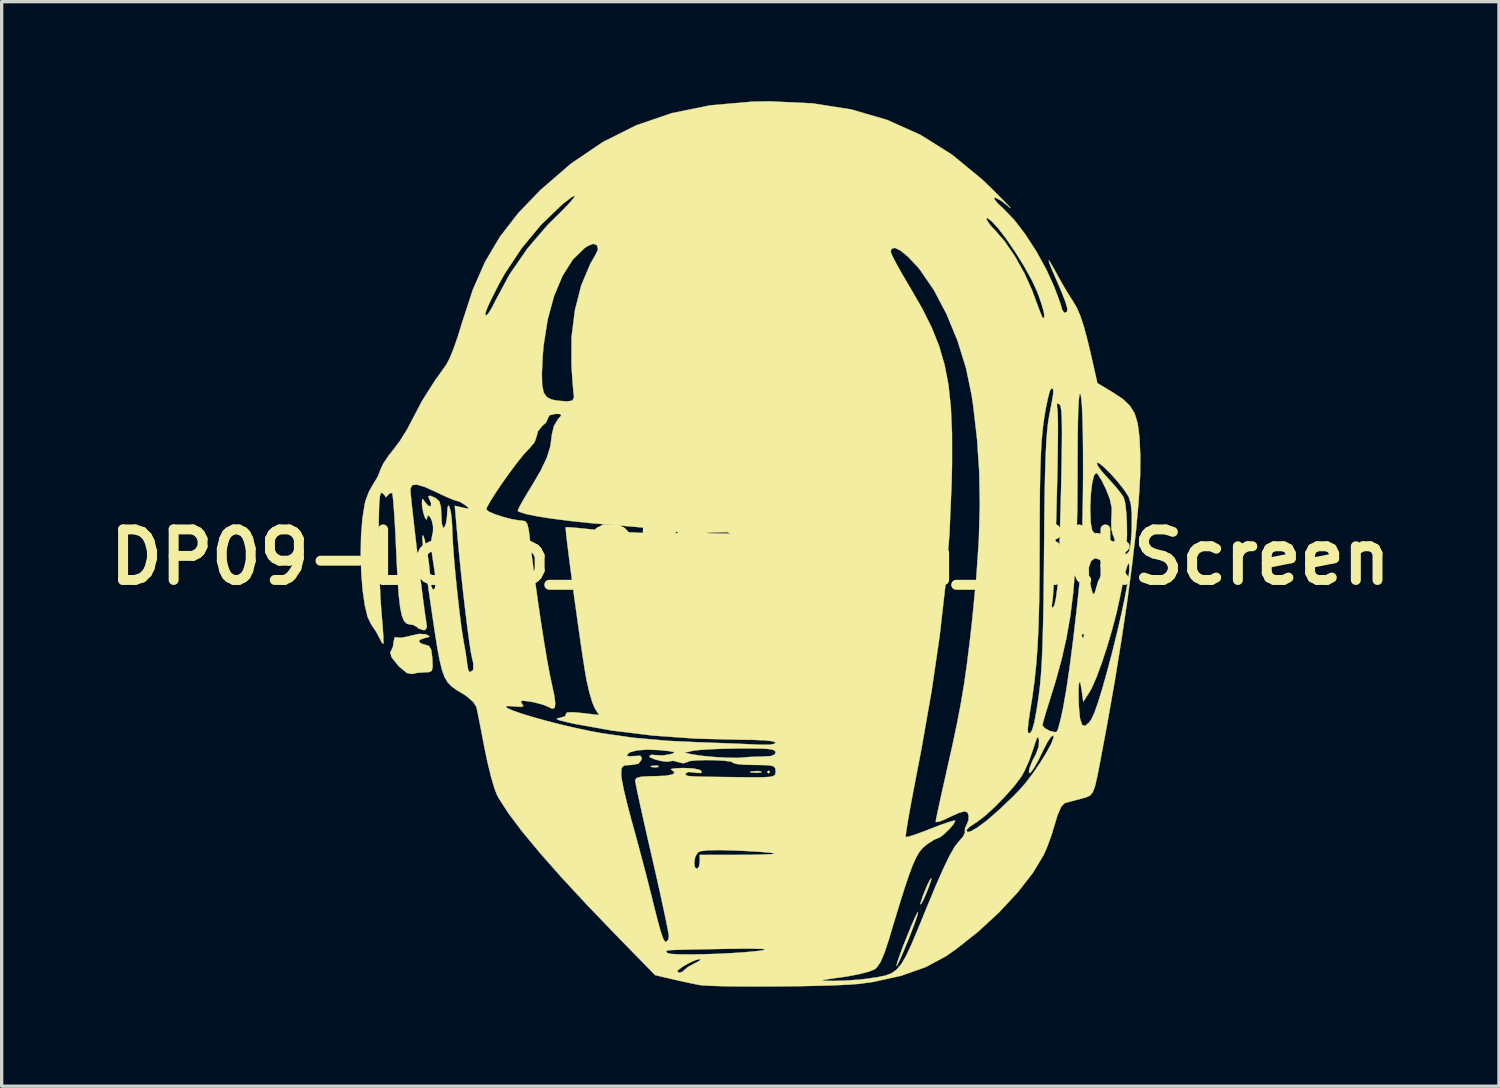
<source format=kicad_pcb>
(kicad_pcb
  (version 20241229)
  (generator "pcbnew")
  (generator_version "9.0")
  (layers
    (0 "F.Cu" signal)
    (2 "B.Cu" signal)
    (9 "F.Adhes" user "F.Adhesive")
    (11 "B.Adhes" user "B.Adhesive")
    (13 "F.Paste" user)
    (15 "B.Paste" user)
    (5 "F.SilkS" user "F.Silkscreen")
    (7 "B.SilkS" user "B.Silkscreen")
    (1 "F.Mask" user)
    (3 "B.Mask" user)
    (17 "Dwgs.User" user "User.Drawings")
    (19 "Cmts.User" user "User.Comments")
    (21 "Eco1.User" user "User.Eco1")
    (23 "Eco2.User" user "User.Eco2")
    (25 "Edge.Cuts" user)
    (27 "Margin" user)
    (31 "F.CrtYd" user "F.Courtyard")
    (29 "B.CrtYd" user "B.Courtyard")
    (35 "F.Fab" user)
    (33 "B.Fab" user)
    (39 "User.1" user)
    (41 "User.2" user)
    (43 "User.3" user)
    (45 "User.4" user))
  (footprint "DP09-Logo_25x30mm_SilkScreen"
    (layer "F.Cu")
    (at 19.565 13.742)
    (property "Reference" "DP09-Logo_25x30mm_SilkScreen" (at 0 0 0) (layer "F.SilkS") (effects (font (size 1.524 1.524) (thickness 0.3))))
    (attr through_hole)
    (fp_poly (pts (xy 0.593 6.477) (xy 0.55 6.519) (xy 0.508 6.477) (xy 0.55 6.435) (xy 0.593 6.477)) (stroke (width 0.01) (type solid)) (fill yes) (layer "F.SilkS"))
    (fp_poly (pts (xy -2.773 6.294) (xy -2.762 6.325) (xy -2.879 6.337) (xy -2.999 6.323) (xy -2.985 6.294) (xy -2.811 6.283) (xy -2.773 6.294)) (stroke (width 0.01) (type solid)) (fill yes) (layer "F.SilkS"))
    (fp_poly (pts (xy 0.318 6.461) (xy 0.344 6.486) (xy 0.227 6.499) (xy 0.169 6.5) (xy 0.015 6.491) (xy -0.003 6.469) (xy 0.021 6.461) (xy 0.236 6.448) (xy 0.318 6.461)) (stroke (width 0.01) (type solid)) (fill yes) (layer "F.SilkS"))
    (fp_poly (pts (xy 5.449 9.736) (xy 5.378 9.949) (xy 5.269 10.216) (xy 5.237 10.287) (xy 5.157 10.442) (xy 5.125 10.467) (xy 5.135 10.414) (xy 5.206 10.202) (xy 5.314 9.935) (xy 5.346 9.864) (xy 5.426 9.708) (xy 5.458 9.683) (xy 5.449 9.736)) (stroke (width 0.01) (type solid)) (fill yes) (layer "F.SilkS"))
    (fp_poly (pts (xy 5.039 10.786) (xy 4.969 10.995) (xy 4.857 11.293) (xy 4.749 11.568) (xy 4.612 11.899) (xy 4.501 12.152) (xy 4.428 12.299) (xy 4.407 12.321) (xy 4.433 12.21) (xy 4.507 11.994) (xy 4.611 11.714) (xy 4.732 11.409) (xy 4.852 11.116) (xy 4.957 10.876) (xy 5.031 10.728) (xy 5.055 10.7) (xy 5.039 10.786)) (stroke (width 0.01) (type solid)) (fill yes) (layer "F.SilkS"))
    (fp_poly (pts (xy -9.777 2.327) (xy -9.764 2.332) (xy -9.666 2.387) (xy -9.721 2.419) (xy -9.8 2.434) (xy -9.949 2.487) (xy -9.991 2.54) (xy -9.919 2.607) (xy -9.8 2.64) (xy -9.681 2.682) (xy -9.618 2.793) (xy -9.587 3.021) (xy -9.584 3.069) (xy -9.574 3.311) (xy -9.602 3.429) (xy -9.692 3.468) (xy -9.81 3.471) (xy -10.04 3.488) (xy -10.196 3.523) (xy -10.351 3.493) (xy -10.572 3.311) (xy -10.627 3.252) (xy -10.812 3.018) (xy -10.854 2.872) (xy -10.838 2.845) (xy -10.77 2.699) (xy -10.753 2.56) (xy -10.722 2.422) (xy -10.659 2.419) (xy -10.525 2.431) (xy -10.307 2.39) (xy -10.242 2.37) (xy -9.978 2.314) (xy -9.777 2.327)) (stroke (width 0.01) (type solid)) (fill yes) (layer "F.SilkS"))
    (fp_poly (pts (xy 1.869 -13.677) (xy 3.04 -13.494) (xy 4.121 -13.179) (xy 5.128 -12.728) (xy 6.076 -12.133) (xy 6.981 -11.389) (xy 7.317 -11.066) (xy 7.575 -10.805) (xy 7.754 -10.621) (xy 7.841 -10.525) (xy 7.824 -10.532) (xy 7.79 -10.562) (xy 7.587 -10.725) (xy 7.416 -10.823) (xy 7.362 -10.837) (xy 7.355 -10.788) (xy 7.458 -10.662) (xy 7.632 -10.499) (xy 7.948 -10.173) (xy 8.288 -9.73) (xy 8.623 -9.214) (xy 8.924 -8.667) (xy 9.146 -8.179) (xy 9.264 -7.872) (xy 9.353 -7.622) (xy 9.396 -7.474) (xy 9.398 -7.458) (xy 9.458 -7.37) (xy 9.483 -7.366) (xy 9.547 -7.395) (xy 9.555 -7.497) (xy 9.499 -7.693) (xy 9.377 -8.006) (xy 9.27 -8.254) (xy 9.106 -8.637) (xy 9.013 -8.868) (xy 8.993 -8.949) (xy 9.044 -8.881) (xy 9.167 -8.665) (xy 9.253 -8.507) (xy 9.425 -8.201) (xy 9.594 -7.918) (xy 9.705 -7.745) (xy 9.834 -7.532) (xy 9.95 -7.267) (xy 10.063 -6.919) (xy 10.184 -6.457) (xy 10.284 -6.03) (xy 10.461 -5.245) (xy 10.922 -4.968) (xy 11.221 -4.771) (xy 11.436 -4.57) (xy 11.583 -4.335) (xy 11.676 -4.031) (xy 11.728 -3.626) (xy 11.754 -3.087) (xy 11.756 -3.046) (xy 11.75 -2.442) (xy 11.706 -1.69) (xy 11.626 -0.805) (xy 11.511 0.197) (xy 11.365 1.3) (xy 11.188 2.488) (xy 10.984 3.745) (xy 10.753 5.055) (xy 10.534 6.223) (xy 10.453 6.634) (xy 10.389 6.911) (xy 10.325 7.083) (xy 10.245 7.182) (xy 10.132 7.238) (xy 9.969 7.283) (xy 9.964 7.284) (xy 9.711 7.351) (xy 9.511 7.405) (xy 9.474 7.415) (xy 9.371 7.523) (xy 9.261 7.777) (xy 9.186 8.024) (xy 9.076 8.387) (xy 8.944 8.747) (xy 8.844 8.976) (xy 8.515 9.521) (xy 8.059 10.105) (xy 7.507 10.699) (xy 6.885 11.275) (xy 6.223 11.801) (xy 5.898 12.029) (xy 5.286 12.357) (xy 4.545 12.619) (xy 3.706 12.804) (xy 3.279 12.863) (xy 2.99 12.885) (xy 2.578 12.905) (xy 2.073 12.92) (xy 1.508 12.932) (xy 0.911 12.939) (xy 0.316 12.942) (xy -0.248 12.941) (xy -0.75 12.935) (xy -1.159 12.923) (xy -1.443 12.907) (xy -1.524 12.898) (xy -1.715 12.861) (xy -2.005 12.799) (xy -2.181 12.759) (xy 2.161 12.759) (xy 2.245 12.769) (xy 2.453 12.773) (xy 2.498 12.774) (xy 2.882 12.764) (xy 3.309 12.732) (xy 3.537 12.704) (xy 3.834 12.661) (xy 4.068 12.614) (xy 4.256 12.544) (xy 4.413 12.433) (xy 4.557 12.26) (xy 4.702 12.007) (xy 4.865 11.655) (xy 5.063 11.184) (xy 5.295 10.616) (xy 5.58 9.929) (xy 5.817 9.391) (xy 6.009 8.994) (xy 6.161 8.728) (xy 6.269 8.59) (xy 6.412 8.426) (xy 6.471 8.302) (xy 6.467 8.281) (xy 6.469 8.231) (xy 6.519 8.231) (xy 6.547 8.291) (xy 6.652 8.262) (xy 6.84 8.154) (xy 7.126 7.944) (xy 7.492 7.625) (xy 7.916 7.219) (xy 8.105 7.027) (xy 8.309 6.793) (xy 8.528 6.504) (xy 8.74 6.193) (xy 8.926 5.893) (xy 9.066 5.633) (xy 9.14 5.448) (xy 9.135 5.371) (xy 9.064 5.417) (xy 8.951 5.585) (xy 8.82 5.839) (xy 8.805 5.872) (xy 8.664 6.159) (xy 8.539 6.373) (xy 8.445 6.495) (xy 8.397 6.508) (xy 8.409 6.393) (xy 8.424 6.339) (xy 8.519 6.106) (xy 8.608 5.943) (xy 8.693 5.707) (xy 8.703 5.52) (xy 8.679 5.424) (xy 8.64 5.455) (xy 8.576 5.626) (xy 8.522 5.8) (xy 8.405 6.132) (xy 8.264 6.448) (xy 8.173 6.61) (xy 7.962 6.892) (xy 7.679 7.213) (xy 7.367 7.532) (xy 7.067 7.805) (xy 6.821 7.991) (xy 6.795 8.007) (xy 6.616 8.125) (xy 6.523 8.218) (xy 6.519 8.231) (xy 6.469 8.231) (xy 6.472 8.159) (xy 6.508 8.099) (xy 6.574 7.933) (xy 6.582 7.807) (xy 6.55 7.696) (xy 6.461 7.663) (xy 6.285 7.709) (xy 5.999 7.84) (xy 5.905 7.887) (xy 5.712 7.968) (xy 5.6 7.986) (xy 5.588 7.972) (xy 5.606 7.868) (xy 5.656 7.628) (xy 5.732 7.279) (xy 5.828 6.848) (xy 5.923 6.425) (xy 6.098 5.644) (xy 6.197 5.173) (xy 8.364 5.173) (xy 8.368 5.29) (xy 8.371 5.294) (xy 8.435 5.309) (xy 8.497 5.209) (xy 8.537 5.068) (xy 8.805 5.068) (xy 8.874 5.156) (xy 9.026 5.238) (xy 9.18 5.277) (xy 9.242 5.261) (xy 9.283 5.158) (xy 9.344 4.931) (xy 9.412 4.625) (xy 9.431 4.53) (xy 9.511 4.074) (xy 9.892 4.074) (xy 9.898 4.391) (xy 9.902 4.487) (xy 9.936 4.851) (xy 9.998 5.051) (xy 10.091 5.091) (xy 10.22 4.976) (xy 10.28 4.889) (xy 10.37 4.696) (xy 10.486 4.367) (xy 10.619 3.933) (xy 10.762 3.422) (xy 10.909 2.867) (xy 11.05 2.296) (xy 11.179 1.74) (xy 11.288 1.229) (xy 11.37 0.794) (xy 11.417 0.465) (xy 11.424 0.313) (xy 11.415 0.184) (xy 11.383 0.218) (xy 11.351 0.296) (xy 11.304 0.455) (xy 11.24 0.73) (xy 11.169 1.07) (xy 11.147 1.185) (xy 11.046 1.649) (xy 10.912 2.163) (xy 10.758 2.688) (xy 10.595 3.185) (xy 10.437 3.615) (xy 10.295 3.941) (xy 10.227 4.064) (xy 10.036 4.36) (xy 9.984 3.979) (xy 9.949 3.792) (xy 9.92 3.757) (xy 9.9 3.856) (xy 9.892 4.074) (xy 9.511 4.074) (xy 9.528 3.98) (xy 9.631 3.275) (xy 9.739 2.431) (xy 9.746 2.371) (xy 9.991 2.371) (xy 10.022 2.44) (xy 10.047 2.427) (xy 10.057 2.327) (xy 10.047 2.314) (xy 9.997 2.326) (xy 9.991 2.371) (xy 9.746 2.371) (xy 9.851 1.46) (xy 9.924 0.762) (xy 9.954 0.388) (xy 9.959 0.312) (xy 10.204 0.312) (xy 10.207 0.576) (xy 10.209 0.589) (xy 10.271 0.92) (xy 10.321 1.092) (xy 10.364 1.116) (xy 10.408 0.999) (xy 10.42 0.945) (xy 10.488 0.723) (xy 10.57 0.572) (xy 10.574 0.568) (xy 10.663 0.376) (xy 10.611 0.168) (xy 10.532 0.077) (xy 10.387 0.03) (xy 10.271 0.119) (xy 10.204 0.312) (xy 9.959 0.312) (xy 9.98 -0.087) (xy 10 -0.638) (xy 10.015 -1.239) (xy 10.018 -1.425) (xy 10.246 -1.425) (xy 10.261 -1.03) (xy 10.309 -0.792) (xy 10.387 -0.713) (xy 10.424 -0.726) (xy 10.535 -0.711) (xy 10.705 -0.611) (xy 10.724 -0.597) (xy 10.909 -0.475) (xy 10.989 -0.479) (xy 10.958 -0.607) (xy 10.93 -0.663) (xy 10.883 -0.852) (xy 10.879 -1.116) (xy 10.887 -1.2) (xy 10.896 -1.479) (xy 10.834 -1.762) (xy 10.718 -2.053) (xy 10.594 -2.306) (xy 10.487 -2.482) (xy 10.426 -2.54) (xy 10.361 -2.461) (xy 10.306 -2.244) (xy 10.266 -1.923) (xy 10.247 -1.53) (xy 10.246 -1.425) (xy 10.018 -1.425) (xy 10.026 -1.867) (xy 10.031 -2.497) (xy 10.03 -2.851) (xy 10.442 -2.851) (xy 10.466 -2.764) (xy 10.584 -2.597) (xy 10.769 -2.39) (xy 10.988 -2.15) (xy 11.166 -1.93) (xy 11.255 -1.798) (xy 11.299 -1.628) (xy 11.332 -1.349) (xy 11.35 -1.014) (xy 11.354 -0.674) (xy 11.341 -0.382) (xy 11.31 -0.19) (xy 11.296 -0.159) (xy 11.297 -0.094) (xy 11.355 -0.102) (xy 11.419 -0.178) (xy 11.463 -0.371) (xy 11.49 -0.702) (xy 11.497 -0.873) (xy 11.499 -1.305) (xy 11.47 -1.607) (xy 11.405 -1.815) (xy 11.392 -1.839) (xy 11.259 -2.041) (xy 11.075 -2.273) (xy 10.87 -2.504) (xy 10.675 -2.699) (xy 10.522 -2.825) (xy 10.442 -2.851) (xy 10.03 -2.851) (xy 10.03 -3.103) (xy 10.025 -3.662) (xy 10.013 -4.149) (xy 9.997 -4.539) (xy 9.974 -4.807) (xy 9.948 -4.926) (xy 9.921 -4.898) (xy 9.899 -4.713) (xy 9.882 -4.368) (xy 9.871 -3.859) (xy 9.865 -3.186) (xy 9.864 -2.598) (xy 9.857 -1.485) (xy 9.834 -0.516) (xy 9.793 0.336) (xy 9.73 1.097) (xy 9.643 1.793) (xy 9.527 2.449) (xy 9.381 3.092) (xy 9.2 3.748) (xy 9.056 4.213) (xy 8.949 4.556) (xy 8.864 4.839) (xy 8.814 5.022) (xy 8.805 5.068) (xy 8.537 5.068) (xy 8.561 4.98) (xy 8.63 4.608) (xy 8.688 4.231) (xy 8.727 3.92) (xy 8.76 3.563) (xy 8.787 3.142) (xy 8.808 2.638) (xy 8.825 2.032) (xy 8.835 1.497) (xy 9.086 1.497) (xy 9.123 1.524) (xy 9.167 1.446) (xy 9.213 1.24) (xy 9.252 0.946) (xy 9.259 0.868) (xy 9.276 0.607) (xy 9.295 0.206) (xy 9.315 -0.303) (xy 9.335 -0.892) (xy 9.354 -1.531) (xy 9.37 -2.167) (xy 9.385 -2.89) (xy 9.393 -3.461) (xy 9.394 -3.896) (xy 9.388 -4.212) (xy 9.373 -4.425) (xy 9.35 -4.553) (xy 9.318 -4.611) (xy 9.314 -4.614) (xy 9.242 -4.627) (xy 9.247 -4.511) (xy 9.256 -4.474) (xy 9.267 -4.336) (xy 9.272 -4.057) (xy 9.272 -3.659) (xy 9.266 -3.169) (xy 9.257 -2.61) (xy 9.243 -2.009) (xy 9.227 -1.389) (xy 9.209 -0.775) (xy 9.189 -0.193) (xy 9.169 0.333) (xy 9.148 0.778) (xy 9.127 1.117) (xy 9.108 1.326) (xy 9.098 1.376) (xy 9.086 1.497) (xy 8.835 1.497) (xy 8.839 1.307) (xy 8.849 0.442) (xy 8.854 -0.169) (xy 8.862 -1.098) (xy 8.872 -1.875) (xy 8.885 -2.516) (xy 8.902 -3.038) (xy 8.922 -3.459) (xy 8.947 -3.795) (xy 8.977 -4.064) (xy 9.012 -4.276) (xy 9.083 -4.645) (xy 9.124 -4.88) (xy 9.136 -5.01) (xy 9.123 -5.066) (xy 9.085 -5.08) (xy 9.07 -5.08) (xy 9.027 -5.002) (xy 8.97 -4.791) (xy 8.907 -4.481) (xy 8.858 -4.196) (xy 8.817 -3.889) (xy 8.784 -3.541) (xy 8.759 -3.131) (xy 8.741 -2.638) (xy 8.729 -2.04) (xy 8.723 -1.316) (xy 8.721 -0.468) (xy 8.718 0.508) (xy 8.707 1.339) (xy 8.688 2.054) (xy 8.659 2.676) (xy 8.618 3.233) (xy 8.564 3.75) (xy 8.495 4.252) (xy 8.433 4.637) (xy 8.388 4.94) (xy 8.364 5.173) (xy 6.197 5.173) (xy 6.238 4.978) (xy 6.352 4.378) (xy 6.449 3.795) (xy 6.536 3.181) (xy 6.621 2.486) (xy 6.685 1.919) (xy 6.81 0.64) (xy 6.888 -0.512) (xy 6.918 -1.571) (xy 6.9 -2.573) (xy 6.835 -3.553) (xy 6.721 -4.544) (xy 6.674 -4.868) (xy 6.504 -5.691) (xy 6.245 -6.525) (xy 5.915 -7.326) (xy 5.533 -8.051) (xy 5.116 -8.658) (xy 5.047 -8.742) (xy 4.767 -9.042) (xy 4.53 -9.239) (xy 4.353 -9.324) (xy 4.252 -9.287) (xy 4.233 -9.201) (xy 4.275 -9.091) (xy 4.39 -8.866) (xy 4.562 -8.558) (xy 4.774 -8.196) (xy 4.835 -8.094) (xy 5.186 -7.485) (xy 5.469 -6.917) (xy 5.691 -6.363) (xy 5.857 -5.794) (xy 5.974 -5.184) (xy 6.046 -4.504) (xy 6.08 -3.727) (xy 6.081 -2.827) (xy 6.069 -2.244) (xy 6.004 -0.724) (xy 5.886 0.802) (xy 5.709 2.366) (xy 5.47 4.003) (xy 5.165 5.747) (xy 5.027 6.465) (xy 4.921 7.014) (xy 4.829 7.506) (xy 4.756 7.918) (xy 4.706 8.224) (xy 4.683 8.402) (xy 4.684 8.438) (xy 4.774 8.425) (xy 4.983 8.358) (xy 5.275 8.251) (xy 5.451 8.181) (xy 5.767 8.06) (xy 6.014 7.976) (xy 6.158 7.94) (xy 6.181 7.945) (xy 6.123 8.053) (xy 5.987 8.211) (xy 5.826 8.364) (xy 5.694 8.458) (xy 5.664 8.467) (xy 5.547 8.514) (xy 5.36 8.634) (xy 5.287 8.687) (xy 5.185 8.778) (xy 5.089 8.897) (xy 4.994 9.063) (xy 4.891 9.293) (xy 4.774 9.607) (xy 4.636 10.023) (xy 4.468 10.558) (xy 4.264 11.232) (xy 4.184 11.502) (xy 4.046 11.925) (xy 3.924 12.208) (xy 3.805 12.378) (xy 3.748 12.425) (xy 3.576 12.494) (xy 3.286 12.569) (xy 2.93 12.637) (xy 2.768 12.661) (xy 2.412 12.71) (xy 2.214 12.741) (xy 2.161 12.759) (xy -2.181 12.759) (xy -2.302 12.732) (xy -2.868 12.6) (xy -2.978 12.487) (xy -2.201 12.487) (xy -2.147 12.531) (xy -2.041 12.496) (xy -1.988 12.444) (xy -1.879 12.353) (xy -1.685 12.248) (xy -1.666 12.239) (xy -1.523 12.162) (xy -1.505 12.118) (xy -1.524 12.115) (xy -1.659 12.149) (xy -1.853 12.238) (xy -2.046 12.349) (xy -2.177 12.448) (xy -2.201 12.487) (xy -2.978 12.487) (xy -3.564 11.888) (xy -2.534 11.888) (xy -2.515 11.914) (xy -2.501 11.933) (xy -2.402 11.959) (xy -2.169 11.973) (xy -1.833 11.977) (xy -1.428 11.971) (xy -0.988 11.957) (xy -0.546 11.935) (xy -0.136 11.907) (xy 0.209 11.874) (xy 0.381 11.85) (xy 0.46 11.826) (xy 0.374 11.81) (xy 0.126 11.802) (xy -0.278 11.802) (xy -0.834 11.809) (xy -0.847 11.81) (xy -1.429 11.82) (xy -1.863 11.829) (xy -2.169 11.836) (xy -2.368 11.844) (xy -2.481 11.854) (xy -2.53 11.868) (xy -2.534 11.888) (xy -3.564 11.888) (xy -4.039 11.401) (xy -4.92 10.485) (xy -5.689 9.655) (xy -6.342 8.915) (xy -6.877 8.27) (xy -7.289 7.723) (xy -7.575 7.279) (xy -7.635 7.168) (xy -7.716 6.957) (xy -7.813 6.624) (xy -7.833 6.54) (xy -3.894 6.54) (xy -3.872 6.72) (xy -3.81 7.025) (xy -3.717 7.416) (xy -3.603 7.855) (xy -3.562 8.001) (xy -3.418 8.525) (xy -3.268 9.086) (xy -3.128 9.619) (xy -3.017 10.058) (xy -3.012 10.075) (xy -2.878 10.617) (xy -2.776 11.015) (xy -2.699 11.29) (xy -2.641 11.465) (xy -2.595 11.56) (xy -2.555 11.596) (xy -2.537 11.599) (xy -2.471 11.528) (xy -2.455 11.423) (xy -2.474 11.295) (xy -2.526 11.027) (xy -2.607 10.641) (xy -2.711 10.161) (xy -2.834 9.611) (xy -2.927 9.203) (xy -1.691 9.203) (xy -1.671 9.349) (xy -1.609 9.398) (xy -1.545 9.326) (xy -1.524 9.186) (xy -1.524 8.975) (xy -0.367 8.975) (xy 0.049 8.972) (xy 0.393 8.964) (xy 0.635 8.953) (xy 0.746 8.939) (xy 0.749 8.934) (xy 0.654 8.915) (xy 0.423 8.893) (xy 0.089 8.87) (xy -0.315 8.849) (xy -0.375 8.847) (xy -0.9 8.831) (xy -1.269 8.837) (xy -1.495 8.864) (xy -1.576 8.898) (xy -1.658 9.03) (xy -1.691 9.203) (xy -2.927 9.203) (xy -2.963 9.045) (xy -3.099 8.455) (xy -3.22 7.915) (xy -3.324 7.449) (xy -3.403 7.08) (xy -3.454 6.83) (xy -3.471 6.724) (xy -3.43 6.658) (xy -3.289 6.62) (xy -3.018 6.605) (xy -2.879 6.604) (xy -2.548 6.59) (xy -2.343 6.55) (xy -2.276 6.491) (xy -2.362 6.419) (xy -2.392 6.406) (xy -2.374 6.382) (xy -2.222 6.364) (xy -2.016 6.357) (xy -1.725 6.369) (xy -1.528 6.411) (xy -1.473 6.448) (xy -1.479 6.508) (xy -1.623 6.503) (xy -1.68 6.492) (xy -1.868 6.477) (xy -1.947 6.518) (xy -1.947 6.521) (xy -1.947 6.554) (xy -1.929 6.579) (xy -1.871 6.596) (xy -1.75 6.608) (xy -1.542 6.616) (xy -1.224 6.622) (xy -0.774 6.628) (xy -0.445 6.632) (xy 0.029 6.637) (xy 0.358 6.636) (xy 0.571 6.625) (xy 0.691 6.601) (xy 0.746 6.559) (xy 0.761 6.496) (xy 0.762 6.456) (xy 0.751 6.359) (xy 0.695 6.302) (xy 0.558 6.274) (xy 0.305 6.266) (xy 0.127 6.265) (xy -0.177 6.258) (xy -0.401 6.237) (xy -0.505 6.208) (xy -0.508 6.202) (xy -0.585 6.165) (xy -0.782 6.138) (xy -1.053 6.122) (xy -1.348 6.118) (xy -1.621 6.126) (xy -1.823 6.147) (xy -1.903 6.178) (xy -2.018 6.216) (xy -2.153 6.183) (xy -2.319 6.14) (xy -2.396 6.149) (xy -2.504 6.168) (xy -2.691 6.144) (xy -2.887 6.094) (xy -3.024 6.033) (xy -3.048 6) (xy -2.979 5.958) (xy -2.857 5.968) (xy -2.636 5.979) (xy -2.413 5.942) (xy -2.3 5.904) (xy -2.3 5.898) (xy -1.99 5.898) (xy -1.693 5.955) (xy -1.41 5.995) (xy -1.057 6.027) (xy -0.695 6.047) (xy -0.387 6.052) (xy -0.212 6.04) (xy -0.025 6.024) (xy 0.245 6.014) (xy 0.36 6.012) (xy 0.619 5.997) (xy 0.741 5.945) (xy 0.762 5.884) (xy 0.738 5.832) (xy 0.651 5.797) (xy 0.475 5.776) (xy 0.185 5.767) (xy -0.244 5.766) (xy -0.36 5.767) (xy -0.802 5.776) (xy -1.205 5.791) (xy -1.525 5.812) (xy -1.722 5.835) (xy -1.736 5.838) (xy -1.99 5.898) (xy -2.3 5.898) (xy -2.301 5.875) (xy -2.434 5.849) (xy -2.717 5.819) (xy -2.733 5.817) (xy -3.102 5.802) (xy -3.415 5.826) (xy -3.634 5.884) (xy -3.725 5.968) (xy -3.725 5.977) (xy -3.653 6.004) (xy -3.484 5.995) (xy -3.315 5.988) (xy -3.271 6.051) (xy -3.282 6.112) (xy -3.374 6.228) (xy -3.589 6.265) (xy -3.608 6.265) (xy -3.803 6.28) (xy -3.881 6.358) (xy -3.894 6.54) (xy -7.833 6.54) (xy -7.914 6.215) (xy -8.007 5.775) (xy -8.008 5.769) (xy -8.089 5.348) (xy -8.162 4.974) (xy -8.219 4.687) (xy -8.253 4.524) (xy -8.255 4.517) (xy -8.349 4.368) (xy -8.542 4.199) (xy -8.657 4.123) (xy -8.848 4.009) (xy -8.999 3.901) (xy -9.118 3.779) (xy -9.213 3.619) (xy -9.293 3.4) (xy -9.366 3.1) (xy -9.44 2.697) (xy -9.523 2.168) (xy -9.613 1.56) (xy -9.696 0.986) (xy -9.768 0.461) (xy -9.825 0.011) (xy -9.865 -0.34) (xy -9.885 -0.566) (xy -9.885 -0.634) (xy -9.86 -0.653) (xy -9.82 -0.541) (xy -9.773 -0.336) (xy -9.726 -0.077) (xy -9.686 0.201) (xy -9.659 0.458) (xy -9.652 0.616) (xy -9.631 0.832) (xy -9.578 0.965) (xy -9.567 0.974) (xy -9.506 0.946) (xy -9.486 0.772) (xy -9.508 0.471) (xy -9.571 0.062) (xy -9.573 0.049) (xy -9.613 -0.24) (xy -9.62 -0.477) (xy -9.603 -0.58) (xy -9.563 -0.773) (xy -9.562 -0.931) (xy -9.6 -1.104) (xy -9.661 -1.225) (xy -9.718 -1.256) (xy -9.743 -1.181) (xy -9.765 -1.127) (xy -9.807 -1.193) (xy -9.854 -1.334) (xy -9.889 -1.506) (xy -9.897 -1.609) (xy -9.891 -1.748) (xy -9.852 -1.732) (xy -9.815 -1.672) (xy -9.706 -1.545) (xy -9.627 -1.531) (xy -9.622 -1.625) (xy -9.652 -1.693) (xy -9.705 -1.829) (xy -9.647 -1.852) (xy -9.477 -1.775) (xy -9.373 -1.679) (xy -9.324 -1.503) (xy -9.313 -1.262) (xy -9.299 -1.008) (xy -9.258 -0.89) (xy -9.229 -0.889) (xy -9.175 -0.999) (xy -9.142 -1.212) (xy -9.138 -1.296) (xy -9.124 -1.499) (xy -9.095 -1.558) (xy -9.06 -1.494) (xy -9.024 -1.333) (xy -8.996 -1.095) (xy -8.981 -0.806) (xy -8.981 -0.78) (xy -8.967 -0.45) (xy -8.934 0.002) (xy -8.887 0.53) (xy -8.83 1.088) (xy -8.769 1.631) (xy -8.708 2.113) (xy -8.651 2.487) (xy -8.634 2.582) (xy -8.58 2.882) (xy -8.542 3.15) (xy -8.532 3.239) (xy -8.5 3.408) (xy -8.453 3.471) (xy -8.353 3.402) (xy -8.348 3.202) (xy -8.387 3.039) (xy -8.423 2.861) (xy -8.471 2.542) (xy -8.529 2.11) (xy -8.593 1.594) (xy -8.659 1.021) (xy -8.724 0.42) (xy -8.785 -0.182) (xy -8.838 -0.757) (xy -8.849 -0.879) (xy -8.897 -1.437) (xy -7.959 -1.437) (xy -7.884 -1.373) (xy -7.695 -1.292) (xy -7.443 -1.209) (xy -7.178 -1.141) (xy -6.952 -1.104) (xy -6.893 -1.101) (xy -6.788 -1.083) (xy -6.723 -1.004) (xy -6.68 -0.827) (xy -6.648 -0.572) (xy -6.582 -0.004) (xy -6.5 0.629) (xy -6.408 1.293) (xy -6.311 1.952) (xy -6.214 2.571) (xy -6.123 3.115) (xy -6.042 3.549) (xy -5.999 3.752) (xy -5.912 4.155) (xy -5.878 4.413) (xy -5.897 4.545) (xy -5.972 4.568) (xy -6.082 4.516) (xy -6.256 4.445) (xy -6.512 4.378) (xy -6.605 4.36) (xy -6.829 4.329) (xy -6.916 4.34) (xy -6.894 4.401) (xy -6.881 4.417) (xy -6.84 4.494) (xy -6.916 4.516) (xy -7.074 4.503) (xy -7.298 4.487) (xy -7.375 4.505) (xy -7.324 4.553) (xy -7.162 4.624) (xy -6.907 4.713) (xy -6.576 4.815) (xy -6.188 4.924) (xy -5.761 5.034) (xy -5.311 5.14) (xy -4.858 5.237) (xy -4.489 5.306) (xy -3.533 5.444) (xy -2.501 5.536) (xy -1.693 5.575) (xy -1.16 5.595) (xy -0.653 5.614) (xy -0.209 5.632) (xy 0.135 5.647) (xy 0.318 5.656) (xy 0.59 5.656) (xy 0.741 5.621) (xy 0.762 5.592) (xy 0.679 5.551) (xy 0.435 5.523) (xy 0.037 5.507) (xy -0.326 5.503) (xy -1.641 5.471) (xy -2.939 5.378) (xy -4.174 5.227) (xy -5.301 5.025) (xy -5.503 4.98) (xy -5.748 4.919) (xy -5.84 4.879) (xy -5.793 4.853) (xy -5.735 4.844) (xy -5.579 4.796) (xy -5.555 4.726) (xy -5.521 4.681) (xy -5.333 4.676) (xy -5.083 4.699) (xy -4.556 4.76) (xy -4.685 4.56) (xy -4.76 4.385) (xy -4.846 4.097) (xy -4.927 3.749) (xy -4.948 3.641) (xy -4.993 3.376) (xy -5.051 3.004) (xy -5.118 2.55) (xy -5.191 2.04) (xy -5.266 1.502) (xy -5.34 0.96) (xy -5.409 0.442) (xy -5.469 -0.027) (xy -5.518 -0.42) (xy -5.551 -0.711) (xy -5.565 -0.874) (xy -5.563 -0.9) (xy -5.476 -0.9) (xy -5.263 -0.884) (xy -4.968 -0.855) (xy -4.909 -0.848) (xy -4.504 -0.808) (xy -4.057 -0.773) (xy -3.6 -0.745) (xy -3.16 -0.725) (xy -2.767 -0.713) (xy -2.45 -0.711) (xy -2.237 -0.72) (xy -2.197 -0.731) (xy -1.306 -0.731) (xy -1.291 -0.723) (xy -1.131 -0.716) (xy -0.839 -0.712) (xy -0.508 -0.711) (xy -0.116 -0.713) (xy 0.154 -0.717) (xy 0.289 -0.724) (xy 0.277 -0.732) (xy 0.148 -0.74) (xy -0.296 -0.751) (xy -0.79 -0.75) (xy -1.164 -0.74) (xy -1.306 -0.731) (xy -2.197 -0.731) (xy -2.158 -0.741) (xy -2.161 -0.747) (xy -2.266 -0.776) (xy -2.515 -0.812) (xy -2.881 -0.855) (xy -3.338 -0.9) (xy -3.861 -0.945) (xy -4.064 -0.961) (xy -4.76 -1.02) (xy -5.399 -1.087) (xy -5.961 -1.158) (xy -6.423 -1.23) (xy -6.767 -1.301) (xy -6.97 -1.367) (xy -7.008 -1.392) (xy -6.98 -1.472) (xy -6.878 -1.663) (xy -6.72 -1.931) (xy -6.598 -2.13) (xy -6.318 -2.607) (xy -6.132 -2.997) (xy -6.026 -3.34) (xy -5.982 -3.679) (xy -5.981 -3.695) (xy -5.92 -3.947) (xy -5.808 -4.14) (xy -5.702 -4.267) (xy -5.726 -4.312) (xy -5.871 -4.318) (xy -6.051 -4.276) (xy -6.096 -4.192) (xy -6.161 -4.051) (xy -6.265 -3.96) (xy -6.4 -3.797) (xy -6.435 -3.657) (xy -6.502 -3.462) (xy -6.675 -3.259) (xy -6.688 -3.247) (xy -6.821 -3.107) (xy -7.009 -2.874) (xy -7.228 -2.582) (xy -7.455 -2.265) (xy -7.664 -1.956) (xy -7.833 -1.691) (xy -7.937 -1.503) (xy -7.959 -1.437) (xy -8.897 -1.437) (xy -8.907 -1.547) (xy -8.665 -1.492) (xy -8.506 -1.46) (xy -8.493 -1.486) (xy -8.589 -1.565) (xy -8.75 -1.666) (xy -8.843 -1.695) (xy -8.96 -1.731) (xy -9.179 -1.824) (xy -9.44 -1.947) (xy -9.809 -2.114) (xy -10.055 -2.187) (xy -10.195 -2.168) (xy -10.244 -2.058) (xy -10.245 -2.037) (xy -10.235 -1.893) (xy -10.207 -1.612) (xy -10.164 -1.226) (xy -10.112 -0.765) (xy -10.053 -0.26) (xy -9.991 0.258) (xy -9.929 0.757) (xy -9.872 1.207) (xy -9.824 1.577) (xy -9.787 1.834) (xy -9.771 1.926) (xy -9.749 2.119) (xy -9.799 2.195) (xy -9.848 2.201) (xy -9.997 2.154) (xy -10.033 2.117) (xy -10.152 2.046) (xy -10.252 2.032) (xy -10.354 2.008) (xy -10.437 1.924) (xy -10.502 1.763) (xy -10.555 1.507) (xy -10.597 1.138) (xy -10.633 0.638) (xy -10.665 -0.009) (xy -10.672 -0.158) (xy -10.696 -0.682) (xy -10.722 -1.146) (xy -10.748 -1.526) (xy -10.772 -1.795) (xy -10.792 -1.926) (xy -10.796 -1.934) (xy -10.875 -1.921) (xy -10.916 -1.872) (xy -10.983 -1.802) (xy -11.027 -1.874) (xy -11.102 -1.939) (xy -11.143 -1.919) (xy -11.169 -1.811) (xy -11.187 -1.563) (xy -11.197 -1.204) (xy -11.2 -0.761) (xy -11.196 -0.265) (xy -11.186 0.256) (xy -11.169 0.774) (xy -11.146 1.259) (xy -11.116 1.683) (xy -11.108 1.778) (xy -11.079 2.128) (xy -11.06 2.408) (xy -11.056 2.58) (xy -11.06 2.615) (xy -11.108 2.574) (xy -11.173 2.446) (xy -11.291 2.227) (xy -11.426 2.032) (xy -11.534 1.805) (xy -11.621 1.444) (xy -11.686 0.983) (xy -11.727 0.459) (xy -11.743 -0.096) (xy -11.732 -0.646) (xy -11.692 -1.156) (xy -11.623 -1.593) (xy -11.596 -1.703) (xy -11.496 -1.971) (xy -11.365 -2.202) (xy -11.358 -2.211) (xy -11.222 -2.439) (xy -11.149 -2.632) (xy -11.064 -2.816) (xy -10.903 -3.059) (xy -10.77 -3.224) (xy -10.558 -3.507) (xy -10.338 -3.861) (xy -10.187 -4.149) (xy -9.896 -4.705) (xy -9.521 -5.298) (xy -9.357 -5.528) (xy -6.282 -5.528) (xy -6.274 -5.187) (xy -6.228 -4.961) (xy -6.135 -4.824) (xy -5.986 -4.749) (xy -5.812 -4.716) (xy -5.521 -4.692) (xy -5.365 -4.718) (xy -5.315 -4.804) (xy -5.319 -4.872) (xy -5.336 -5.028) (xy -5.359 -5.305) (xy -5.382 -5.651) (xy -5.391 -5.8) (xy -5.388 -6.632) (xy -5.286 -7.443) (xy -5.095 -8.193) (xy -4.821 -8.844) (xy -4.684 -9.079) (xy -4.591 -9.267) (xy -4.615 -9.388) (xy -4.632 -9.407) (xy -4.738 -9.445) (xy -4.905 -9.374) (xy -4.999 -9.311) (xy -5.351 -8.967) (xy -5.659 -8.48) (xy -5.914 -7.872) (xy -6.107 -7.166) (xy -6.23 -6.383) (xy -6.261 -6.011) (xy -6.282 -5.528) (xy -9.357 -5.528) (xy -9.164 -5.8) (xy -9.068 -5.979) (xy -8.945 -6.281) (xy -8.812 -6.662) (xy -8.683 -7.083) (xy -8.681 -7.088) (xy -8.592 -7.36) (xy -7.983 -7.36) (xy -7.979 -7.288) (xy -7.961 -7.281) (xy -7.889 -7.352) (xy -7.778 -7.536) (xy -7.677 -7.738) (xy -7.254 -8.524) (xy -6.718 -9.301) (xy -6.116 -10.003) (xy -5.917 -10.201) (xy -5.913 -10.205) (xy 7.111 -10.205) (xy 7.156 -10.11) (xy 7.269 -9.964) (xy 7.367 -9.863) (xy 7.668 -9.517) (xy 7.978 -9.062) (xy 8.264 -8.553) (xy 8.492 -8.045) (xy 8.508 -8.001) (xy 8.647 -7.624) (xy 8.739 -7.382) (xy 8.795 -7.248) (xy 8.827 -7.2) (xy 8.846 -7.211) (xy 8.862 -7.253) (xy 8.85 -7.373) (xy 8.787 -7.605) (xy 8.683 -7.905) (xy 8.65 -7.992) (xy 8.489 -8.341) (xy 8.261 -8.754) (xy 7.993 -9.186) (xy 7.716 -9.592) (xy 7.457 -9.928) (xy 7.269 -10.128) (xy 7.145 -10.221) (xy 7.111 -10.205) (xy -5.913 -10.205) (xy -5.616 -10.497) (xy -5.409 -10.717) (xy -5.301 -10.854) (xy -5.296 -10.897) (xy -5.4 -10.84) (xy -5.617 -10.672) (xy -5.682 -10.618) (xy -6.302 -10.023) (xy -6.889 -9.315) (xy -7.4 -8.547) (xy -7.585 -8.213) (xy -7.792 -7.805) (xy -7.923 -7.527) (xy -7.983 -7.36) (xy -8.592 -7.36) (xy -8.365 -8.057) (xy -7.995 -8.898) (xy -7.548 -9.653) (xy -7.001 -10.361) (xy -6.336 -11.055) (xy -5.408 -11.858) (xy -4.448 -12.509) (xy -3.439 -13.015) (xy -2.365 -13.382) (xy -1.209 -13.617) (xy 0.046 -13.727) (xy 0.593 -13.737) (xy 1.869 -13.677)) (stroke (width 0.01) (type solid)) (fill yes) (layer "F.SilkS")))
  (gr_rect
    (start -3 -3)
    (end 42.131 29.689)
    (stroke (width 0.1) (type default))
    (fill no)
    (layer "Edge.Cuts")))
</source>
